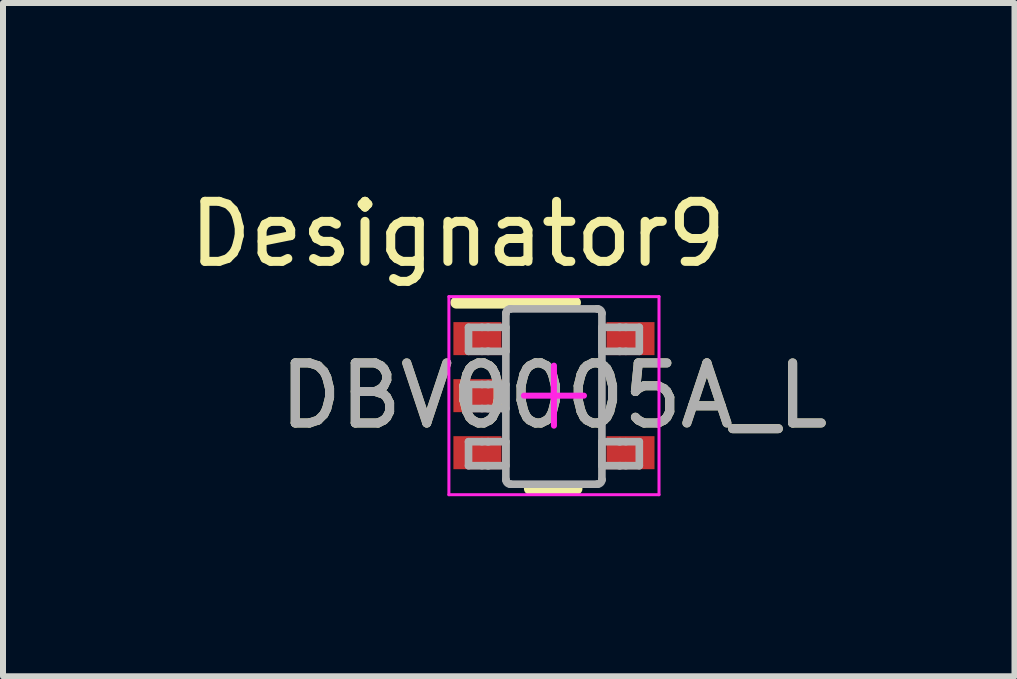
<source format=kicad_pcb>
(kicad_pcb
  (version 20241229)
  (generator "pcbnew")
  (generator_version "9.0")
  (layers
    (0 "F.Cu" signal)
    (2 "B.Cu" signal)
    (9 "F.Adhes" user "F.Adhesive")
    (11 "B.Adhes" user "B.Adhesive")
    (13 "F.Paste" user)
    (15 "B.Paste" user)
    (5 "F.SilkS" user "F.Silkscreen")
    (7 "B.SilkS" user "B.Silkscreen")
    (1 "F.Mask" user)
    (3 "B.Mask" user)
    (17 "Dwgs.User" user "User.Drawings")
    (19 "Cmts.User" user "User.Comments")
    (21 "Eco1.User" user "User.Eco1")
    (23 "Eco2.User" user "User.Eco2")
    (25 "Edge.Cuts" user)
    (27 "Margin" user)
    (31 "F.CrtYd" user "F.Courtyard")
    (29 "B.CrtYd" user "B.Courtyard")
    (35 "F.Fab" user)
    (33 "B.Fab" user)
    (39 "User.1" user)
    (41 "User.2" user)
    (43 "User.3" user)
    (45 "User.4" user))
  (footprint "DBV0005A_L"
    (layer "F.Cu")
    (at 6.178 3.541)
    (property "Reference" "DBV0005A_L" (at 0 0 0) (unlocked yes) (layer "F.SilkS") (effects (font (size 1 1) (thickness 0.15))))
    (attr smd)
    (fp_line (start -1.625 -1.55) (end 0.35 -1.55) (stroke (width 0.2) (type solid)) (layer "F.SilkS"))
    (fp_line (start -0.4 1.55) (end 0.375 1.55) (stroke (width 0.2) (type solid)) (layer "F.SilkS"))
    (fp_line (start -1.75 -1.65) (end 1.75 -1.65) (stroke (width 0.05) (type solid)) (layer "F.CrtYd"))
    (fp_line (start -1.75 1.65) (end -1.75 -1.65) (stroke (width 0.05) (type solid)) (layer "F.CrtYd"))
    (fp_line (start -1.75 1.65) (end 1.75 1.65) (stroke (width 0.05) (type solid)) (layer "F.CrtYd"))
    (fp_line (start -0.5 0) (end 0.5 0) (stroke (width 0.1) (type solid)) (layer "F.CrtYd"))
    (fp_line (start 0 0.5) (end 0 -0.5) (stroke (width 0.1) (type solid)) (layer "F.CrtYd"))
    (fp_line (start 1.75 1.65) (end 1.75 -1.65) (stroke (width 0.05) (type solid)) (layer "F.CrtYd"))
    (fp_line (start -1.423 -1.138) (end -1.199 -1.138) (stroke (width 0.127) (type solid)) (layer "F.Fab"))
    (fp_line (start -1.423 -0.738) (end -1.423 -1.138) (stroke (width 0.127) (type solid)) (layer "F.Fab"))
    (fp_line (start -1.423 -0.738) (end -1.199 -0.738) (stroke (width 0.127) (type solid)) (layer "F.Fab"))
    (fp_line (start -1.423 -0.186) (end -1.199 -0.186) (stroke (width 0.127) (type solid)) (layer "F.Fab"))
    (fp_line (start -1.423 0.215) (end -1.423 -0.186) (stroke (width 0.127) (type solid)) (layer "F.Fab"))
    (fp_line (start -1.423 0.215) (end -1.199 0.215) (stroke (width 0.127) (type solid)) (layer "F.Fab"))
    (fp_line (start -1.423 0.767) (end -1.199 0.767) (stroke (width 0.127) (type solid)) (layer "F.Fab"))
    (fp_line (start -1.423 1.167) (end -1.423 0.767) (stroke (width 0.127) (type solid)) (layer "F.Fab"))
    (fp_line (start -1.423 1.167) (end -1.199 1.167) (stroke (width 0.127) (type solid)) (layer "F.Fab"))
    (fp_line (start -1.199 -1.138) (end -1.105 -1.138) (stroke (width 0.127) (type solid)) (layer "F.Fab"))
    (fp_line (start -1.199 -0.738) (end -1.105 -0.738) (stroke (width 0.127) (type solid)) (layer "F.Fab"))
    (fp_line (start -1.199 -0.186) (end -1.105 -0.186) (stroke (width 0.127) (type solid)) (layer "F.Fab"))
    (fp_line (start -1.199 0.215) (end -1.105 0.215) (stroke (width 0.127) (type solid)) (layer "F.Fab"))
    (fp_line (start -1.199 0.767) (end -1.105 0.767) (stroke (width 0.127) (type solid)) (layer "F.Fab"))
    (fp_line (start -1.199 1.167) (end -1.105 1.167) (stroke (width 0.127) (type solid)) (layer "F.Fab"))
    (fp_line (start -1.105 -1.138) (end -1.088 -1.138) (stroke (width 0.127) (type solid)) (layer "F.Fab"))
    (fp_line (start -1.105 -0.738) (end -1.088 -0.738) (stroke (width 0.127) (type solid)) (layer "F.Fab"))
    (fp_line (start -1.105 -0.186) (end -1.088 -0.186) (stroke (width 0.127) (type solid)) (layer "F.Fab"))
    (fp_line (start -1.105 0.215) (end -1.088 0.215) (stroke (width 0.127) (type solid)) (layer "F.Fab"))
    (fp_line (start -1.105 0.767) (end -1.088 0.767) (stroke (width 0.127) (type solid)) (layer "F.Fab"))
    (fp_line (start -1.105 1.167) (end -1.088 1.167) (stroke (width 0.127) (type solid)) (layer "F.Fab"))
    (fp_line (start -1.088 -1.138) (end -0.835 -1.138) (stroke (width 0.127) (type solid)) (layer "F.Fab"))
    (fp_line (start -1.088 -0.738) (end -0.835 -0.738) (stroke (width 0.127) (type solid)) (layer "F.Fab"))
    (fp_line (start -1.088 -0.186) (end -0.835 -0.186) (stroke (width 0.127) (type solid)) (layer "F.Fab"))
    (fp_line (start -1.088 0.215) (end -0.835 0.215) (stroke (width 0.127) (type solid)) (layer "F.Fab"))
    (fp_line (start -1.088 0.767) (end -0.835 0.767) (stroke (width 0.127) (type solid)) (layer "F.Fab"))
    (fp_line (start -1.088 1.167) (end -0.835 1.167) (stroke (width 0.127) (type solid)) (layer "F.Fab"))
    (fp_line (start -0.835 -1.138) (end -0.801 -1.138) (stroke (width 0.127) (type solid)) (layer "F.Fab"))
    (fp_line (start -0.835 -0.738) (end -0.801 -0.738) (stroke (width 0.127) (type solid)) (layer "F.Fab"))
    (fp_line (start -0.835 -0.186) (end -0.801 -0.186) (stroke (width 0.127) (type solid)) (layer "F.Fab"))
    (fp_line (start -0.835 0.215) (end -0.801 0.215) (stroke (width 0.127) (type solid)) (layer "F.Fab"))
    (fp_line (start -0.835 0.767) (end -0.801 0.767) (stroke (width 0.127) (type solid)) (layer "F.Fab"))
    (fp_line (start -0.835 1.167) (end -0.801 1.167) (stroke (width 0.127) (type solid)) (layer "F.Fab"))
    (fp_line (start -0.801 -1.37) (end -0.801 -1.371) (stroke (width 0.127) (type solid)) (layer "F.Fab"))
    (fp_line (start -0.801 -0.738) (end -0.801 -1.138) (stroke (width 0.127) (type solid)) (layer "F.Fab"))
    (fp_line (start -0.801 0.215) (end -0.801 -0.186) (stroke (width 0.127) (type solid)) (layer "F.Fab"))
    (fp_line (start -0.801 1.167) (end -0.801 0.767) (stroke (width 0.127) (type solid)) (layer "F.Fab"))
    (fp_line (start -0.801 1.399) (end -0.801 -1.37) (stroke (width 0.127) (type solid)) (layer "F.Fab"))
    (fp_line (start -0.801 1.4) (end -0.801 1.399) (stroke (width 0.127) (type solid)) (layer "F.Fab"))
    (fp_line (start -0.725 -1.446) (end -0.725 -1.446) (stroke (width 0.127) (type solid)) (layer "F.Fab"))
    (fp_line (start -0.725 1.475) (end -0.725 1.475) (stroke (width 0.127) (type solid)) (layer "F.Fab"))
    (fp_line (start -0.725 -1.446) (end 0.723 -1.446) (stroke (width 0.127) (type solid)) (layer "F.Fab"))
    (fp_line (start -0.725 1.475) (end 0.723 1.475) (stroke (width 0.127) (type solid)) (layer "F.Fab"))
    (fp_line (start 0.723 -1.446) (end 0.724 -1.446) (stroke (width 0.127) (type solid)) (layer "F.Fab"))
    (fp_line (start 0.723 1.475) (end 0.724 1.475) (stroke (width 0.127) (type solid)) (layer "F.Fab"))
    (fp_line (start 0.799 -1.37) (end 0.799 -1.371) (stroke (width 0.127) (type solid)) (layer "F.Fab"))
    (fp_line (start 0.799 -1.138) (end 0.834 -1.138) (stroke (width 0.127) (type solid)) (layer "F.Fab"))
    (fp_line (start 0.799 -0.738) (end 0.799 -1.138) (stroke (width 0.127) (type solid)) (layer "F.Fab"))
    (fp_line (start 0.799 -0.738) (end 0.834 -0.738) (stroke (width 0.127) (type solid)) (layer "F.Fab"))
    (fp_line (start 0.799 0.767) (end 0.834 0.767) (stroke (width 0.127) (type solid)) (layer "F.Fab"))
    (fp_line (start 0.799 1.167) (end 0.799 0.767) (stroke (width 0.127) (type solid)) (layer "F.Fab"))
    (fp_line (start 0.799 1.167) (end 0.834 1.167) (stroke (width 0.127) (type solid)) (layer "F.Fab"))
    (fp_line (start 0.799 1.399) (end 0.799 -1.37) (stroke (width 0.127) (type solid)) (layer "F.Fab"))
    (fp_line (start 0.799 1.4) (end 0.799 1.399) (stroke (width 0.127) (type solid)) (layer "F.Fab"))
    (fp_line (start 0.834 -1.138) (end 1.087 -1.138) (stroke (width 0.127) (type solid)) (layer "F.Fab"))
    (fp_line (start 0.834 -0.738) (end 1.087 -0.738) (stroke (width 0.127) (type solid)) (layer "F.Fab"))
    (fp_line (start 0.834 0.767) (end 1.087 0.767) (stroke (width 0.127) (type solid)) (layer "F.Fab"))
    (fp_line (start 0.834 1.167) (end 1.087 1.167) (stroke (width 0.127) (type solid)) (layer "F.Fab"))
    (fp_line (start 1.087 -1.138) (end 1.103 -1.138) (stroke (width 0.127) (type solid)) (layer "F.Fab"))
    (fp_line (start 1.087 -0.738) (end 1.103 -0.738) (stroke (width 0.127) (type solid)) (layer "F.Fab"))
    (fp_line (start 1.087 0.767) (end 1.103 0.767) (stroke (width 0.127) (type solid)) (layer "F.Fab"))
    (fp_line (start 1.087 1.167) (end 1.103 1.167) (stroke (width 0.127) (type solid)) (layer "F.Fab"))
    (fp_line (start 1.103 -1.138) (end 1.198 -1.138) (stroke (width 0.127) (type solid)) (layer "F.Fab"))
    (fp_line (start 1.103 -0.738) (end 1.198 -0.738) (stroke (width 0.127) (type solid)) (layer "F.Fab"))
    (fp_line (start 1.103 0.767) (end 1.198 0.767) (stroke (width 0.127) (type solid)) (layer "F.Fab"))
    (fp_line (start 1.103 1.167) (end 1.198 1.167) (stroke (width 0.127) (type solid)) (layer "F.Fab"))
    (fp_line (start 1.198 -1.138) (end 1.422 -1.138) (stroke (width 0.127) (type solid)) (layer "F.Fab"))
    (fp_line (start 1.198 -0.738) (end 1.422 -0.738) (stroke (width 0.127) (type solid)) (layer "F.Fab"))
    (fp_line (start 1.198 0.767) (end 1.422 0.767) (stroke (width 0.127) (type solid)) (layer "F.Fab"))
    (fp_line (start 1.198 1.167) (end 1.422 1.167) (stroke (width 0.127) (type solid)) (layer "F.Fab"))
    (fp_line (start 1.422 -0.738) (end 1.422 -1.138) (stroke (width 0.127) (type solid)) (layer "F.Fab"))
    (fp_line (start 1.422 1.167) (end 1.422 0.767) (stroke (width 0.127) (type solid)) (layer "F.Fab"))
    (fp_arc (start -0.80074 -1.37084) (mid -0.778218 -1.423887) (end -0.724999 -1.445998) (stroke (width 0.127) (type solid)) (layer "F.Fab"))
    (fp_arc (start -0.724999 1.475) (mid -0.778213 1.452901) (end -0.80074 1.399867) (stroke (width 0.127) (type solid)) (layer "F.Fab"))
    (fp_arc (start 0.723714 -1.445998) (mid 0.776933 -1.423887) (end 0.799455 -1.37084) (stroke (width 0.127) (type solid)) (layer "F.Fab"))
    (fp_arc (start 0.799455 1.399868) (mid 0.776927 1.452901) (end 0.723713 1.475) (stroke (width 0.127) (type solid)) (layer "F.Fab"))
    (fp_text user "Designator9" (at -1.6 -2.692 0) (unlocked yes) (layer "F.SilkS") (effects (font (size 1 1) (thickness 0.15))))
    (fp_text user "${REFERENCE}" (at 0 0 0) (unlocked yes) (layer "F.Fab") (effects (font (size 1 1) (thickness 0.15))))
    (pad "1" smd rect (at -1.275 -0.95 90) (size 0.55 0.8) (layers "F.Cu" "F.Mask" "F.Paste"))
    (pad "2" smd rect (at -1.275 0 90) (size 0.55 0.8) (layers "F.Cu" "F.Mask" "F.Paste"))
    (pad "3" smd rect (at -1.275 0.95 90) (size 0.55 0.8) (layers "F.Cu" "F.Mask" "F.Paste"))
    (pad "4" smd rect (at 1.275 0.95 90) (size 0.55 0.8) (layers "F.Cu" "F.Mask" "F.Paste"))
    (pad "5" smd rect (at 1.275 -0.95 90) (size 0.55 0.8) (layers "F.Cu" "F.Mask" "F.Paste")))
  (gr_rect
    (start -3 -3)
    (end 13.85 8.216)
    (stroke (width 0.1) (type default))
    (fill no)
    (layer "Edge.Cuts")))
</source>
